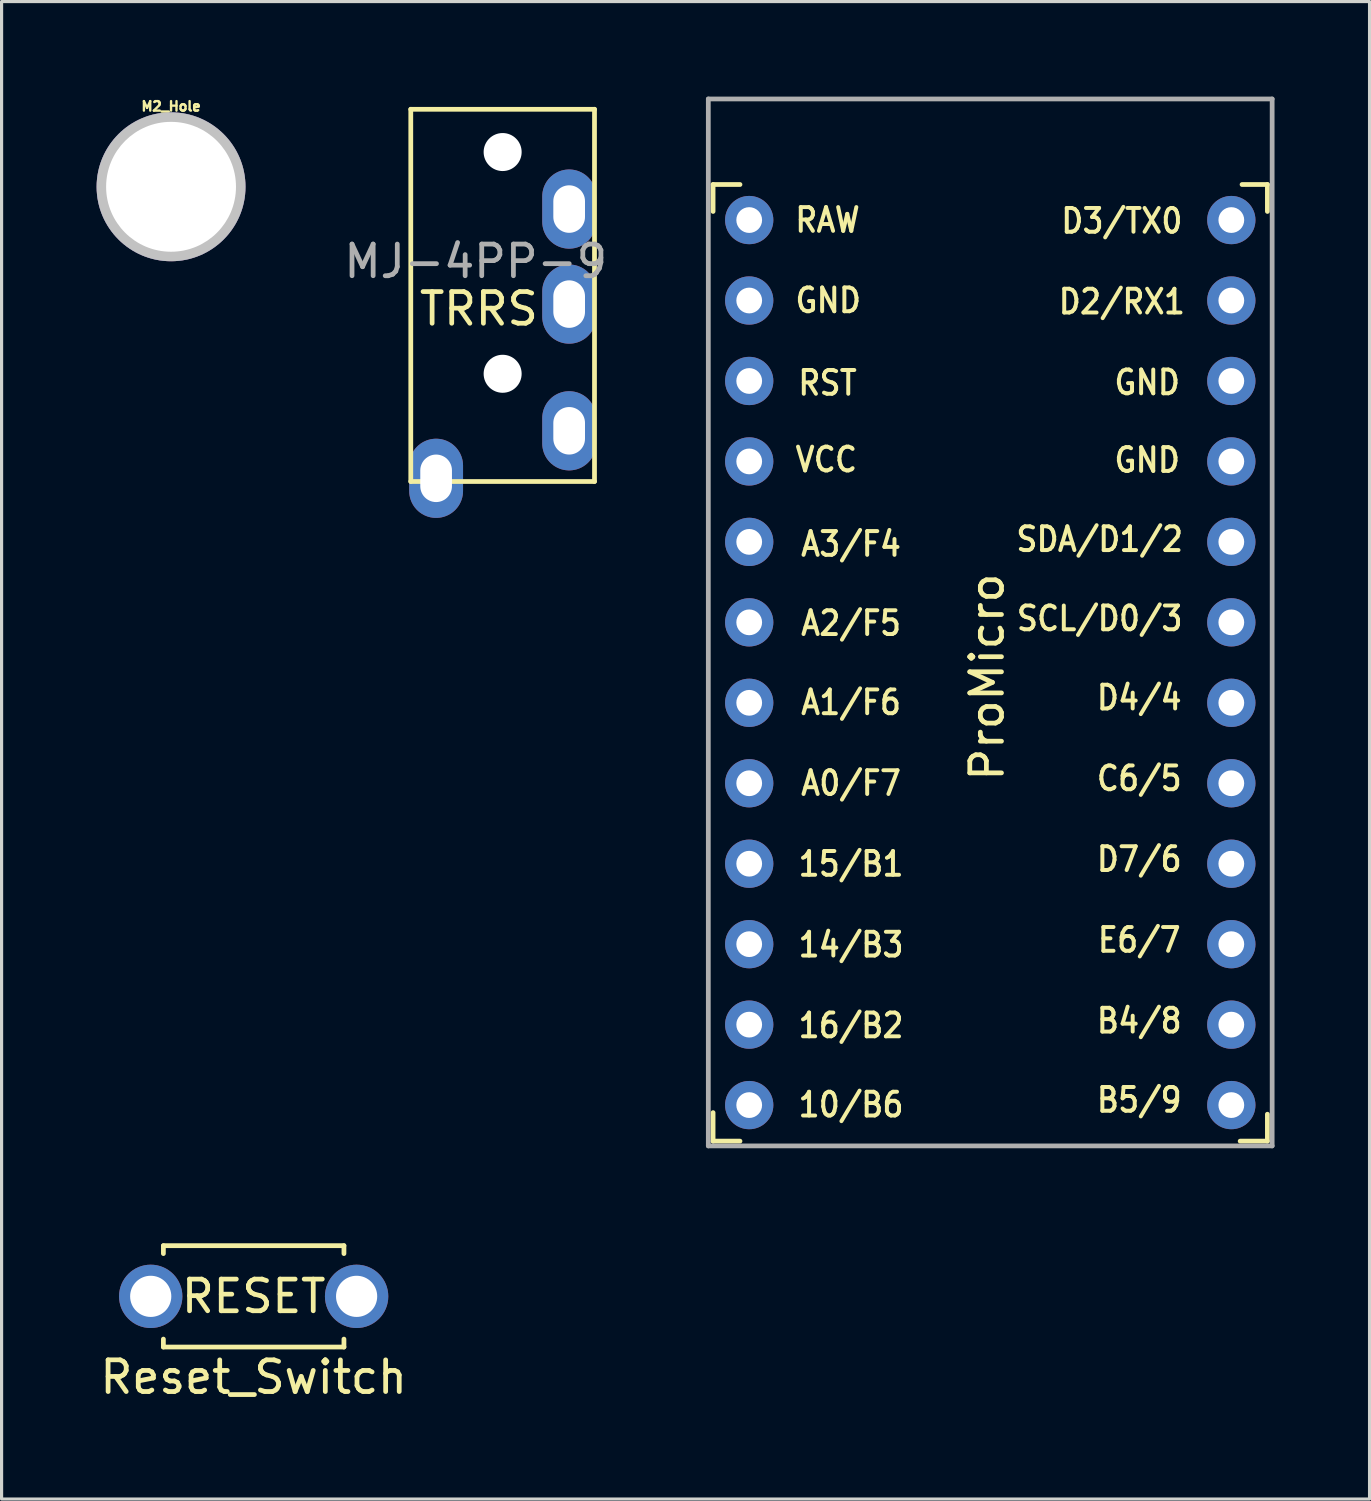
<source format=kicad_pcb>
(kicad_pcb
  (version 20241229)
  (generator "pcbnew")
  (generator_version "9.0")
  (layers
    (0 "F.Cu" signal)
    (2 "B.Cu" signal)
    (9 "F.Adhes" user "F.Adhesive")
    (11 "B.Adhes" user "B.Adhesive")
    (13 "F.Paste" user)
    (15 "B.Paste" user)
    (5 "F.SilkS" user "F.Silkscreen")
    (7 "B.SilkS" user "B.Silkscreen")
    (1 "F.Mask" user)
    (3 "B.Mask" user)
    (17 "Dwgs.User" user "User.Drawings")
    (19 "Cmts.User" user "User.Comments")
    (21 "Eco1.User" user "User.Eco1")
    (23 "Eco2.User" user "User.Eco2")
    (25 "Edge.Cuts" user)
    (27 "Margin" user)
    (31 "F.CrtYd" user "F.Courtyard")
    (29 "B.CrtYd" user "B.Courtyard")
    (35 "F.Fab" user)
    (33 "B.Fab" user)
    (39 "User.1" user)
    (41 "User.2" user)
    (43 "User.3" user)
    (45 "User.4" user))
  (footprint "MJ-4PP-9"
    (layer "F.Cu")
    (at 12.818 0.25)
    (property "Reference" "MJ-4PP-9" (at -0.85 4.95 0) (layer "F.Fab") (effects (font (size 1 1) (thickness 0.15))))
    (attr through_hole)
    (fp_line (start -2.9 0.15) (end 2.9 0.15) (stroke (width 0.15) (type solid)) (layer "F.SilkS"))
    (fp_line (start -2.9 11.9) (end -2.9 0.15) (stroke (width 0.15) (type solid)) (layer "F.SilkS"))
    (fp_line (start 2.9 0.15) (end 2.9 11.9) (stroke (width 0.15) (type solid)) (layer "F.SilkS"))
    (fp_line (start 2.9 11.9) (end -2.9 11.9) (stroke (width 0.15) (type solid)) (layer "F.SilkS"))
    (fp_text user "TRRS" (at -0.75 6.45 0) (layer "F.SilkS") (effects (font (size 1 1) (thickness 0.15))))
    (pad "" np_thru_hole circle (at 0 1.5) (size 1.2 1.2) (drill 1.2) (layers "*.Cu" "*.Mask"))
    (pad "" np_thru_hole circle (at 0 8.5) (size 1.2 1.2) (drill 1.2) (layers "*.Cu" "*.Mask"))
    (pad "1" thru_hole oval (at 2.1 10.3) (size 1.7 2.5) (drill oval 1 1.5) (layers "*.Cu" "B.Mask"))
    (pad "2" thru_hole oval (at 2.1 6.3) (size 1.7 2.5) (drill oval 1 1.5) (layers "*.Cu" "B.Mask"))
    (pad "3" thru_hole oval (at 2.1 3.3) (size 1.7 2.5) (drill oval 1 1.5) (layers "*.Cu" "B.Mask"))
    (pad "4" thru_hole oval (at -2.1 11.8) (size 1.7 2.5) (drill oval 1 1.5) (layers "*.Cu" "B.Mask")))
  (footprint "ProMicro"
    (layer "F.Cu")
    (at 28.211 18.375)
    (property "Reference" "ProMicro" (at -0.1 -0.05 270) (layer "F.SilkS") (effects (font (size 1 1) (thickness 0.15))))
    (attr through_hole)
    (fp_line (start -8.75 -15.6) (end -8.75 -14.75) (stroke (width 0.15) (type solid)) (layer "F.SilkS"))
    (fp_line (start -8.75 -15.6) (end -7.9 -15.6) (stroke (width 0.15) (type solid)) (layer "F.SilkS"))
    (fp_line (start -8.75 13.7) (end -8.75 14.6) (stroke (width 0.15) (type solid)) (layer "F.SilkS"))
    (fp_line (start -8.75 14.6) (end -7.9 14.6) (stroke (width 0.15) (type solid)) (layer "F.SilkS"))
    (fp_line (start 8.75 -15.6) (end 7.95 -15.6) (stroke (width 0.15) (type solid)) (layer "F.SilkS"))
    (fp_line (start 8.75 -15.6) (end 8.75 -14.75) (stroke (width 0.15) (type solid)) (layer "F.SilkS"))
    (fp_line (start 8.75 13.75) (end 8.75 14.6) (stroke (width 0.15) (type solid)) (layer "F.SilkS"))
    (fp_line (start 8.75 14.6) (end 7.89 14.6) (stroke (width 0.15) (type solid)) (layer "F.SilkS"))
    (fp_line (start -8.9 -18.3) (end 8.9 -18.3) (stroke (width 0.15) (type solid)) (layer "F.Fab"))
    (fp_line (start -8.9 14.75) (end -8.9 -18.3) (stroke (width 0.15) (type solid)) (layer "F.Fab"))
    (fp_line (start 8.9 -18.3) (end 8.9 14.75) (stroke (width 0.15) (type solid)) (layer "F.Fab"))
    (fp_line (start 8.9 14.75) (end -8.9 14.75) (stroke (width 0.15) (type solid)) (layer "F.Fab"))
    (fp_text user "E6/7" (at 4.705 8.25 0) (unlocked yes) (layer "F.SilkS") (effects (font (size 0.75 0.67) (thickness 0.125))))
    (fp_text user "SCL/D0/3" (at 3.455 -1.9 0) (unlocked yes) (layer "F.SilkS") (effects (font (size 0.75 0.67) (thickness 0.125))))
    (fp_text user "B5/9" (at 4.705 13.3 0) (unlocked yes) (layer "F.SilkS") (effects (font (size 0.75 0.67) (thickness 0.125))))
    (fp_text user "A2/F5" (at -4.395 -1.75 0) (unlocked yes) (layer "F.SilkS") (effects (font (size 0.75 0.67) (thickness 0.125))))
    (fp_text user "VCC" (at -5.175 -6.915 0) (unlocked yes) (layer "F.SilkS") (effects (font (size 0.75 0.67) (thickness 0.125))))
    (fp_text user "RST" (at -5.136 -9.335 0) (unlocked yes) (layer "F.SilkS") (effects (font (size 0.75 0.67) (thickness 0.125))))
    (fp_text user "A0/F7" (at -4.395 3.3 0) (unlocked yes) (layer "F.SilkS") (effects (font (size 0.75 0.67) (thickness 0.125))))
    (fp_text user "16/B2" (at -4.395 10.95 0) (unlocked yes) (layer "F.SilkS") (effects (font (size 0.75 0.67) (thickness 0.125))))
    (fp_text user "RAW" (at -5.136 -14.478 0) (unlocked yes) (layer "F.SilkS") (effects (font (size 0.75 0.67) (thickness 0.125))))
    (fp_text user "GND" (at -5.115 -11.94 0) (layer "F.SilkS") (effects (font (size 0.75 0.67) (thickness 0.125))))
    (fp_text user "A3/F4" (at -4.395 -4.25 0) (unlocked yes) (layer "F.SilkS") (effects (font (size 0.75 0.67) (thickness 0.125))))
    (fp_text user "D3/TX0" (at 4.155 -14.45 0) (unlocked yes) (layer "F.SilkS") (effects (font (size 0.75 0.67) (thickness 0.125))))
    (fp_text user "SDA/D1/2" (at 3.455 -4.4 0) (unlocked yes) (layer "F.SilkS") (effects (font (size 0.75 0.67) (thickness 0.125))))
    (fp_text user "GND" (at 4.955 -9.35 0) (unlocked yes) (layer "F.SilkS") (effects (font (size 0.75 0.67) (thickness 0.125))))
    (fp_text user "B4/8" (at 4.705 10.8 0) (unlocked yes) (layer "F.SilkS") (effects (font (size 0.75 0.67) (thickness 0.125))))
    (fp_text user "D2/RX1" (at 4.155 -11.9 0) (unlocked yes) (layer "F.SilkS") (effects (font (size 0.75 0.67) (thickness 0.125))))
    (fp_text user "C6/5" (at 4.705 3.15 0) (unlocked yes) (layer "F.SilkS") (effects (font (size 0.75 0.67) (thickness 0.125))))
    (fp_text user "14/B3" (at -4.395 8.4 0) (unlocked yes) (layer "F.SilkS") (effects (font (size 0.75 0.67) (thickness 0.125))))
    (fp_text user "15/B1" (at -4.395 5.85 0) (unlocked yes) (layer "F.SilkS") (effects (font (size 0.75 0.67) (thickness 0.125))))
    (fp_text user "10/B6" (at -4.395 13.45 0) (unlocked yes) (layer "F.SilkS") (effects (font (size 0.75 0.67) (thickness 0.125))))
    (fp_text user "A1/F6" (at -4.395 0.75 0) (unlocked yes) (layer "F.SilkS") (effects (font (size 0.75 0.67) (thickness 0.125))))
    (fp_text user "D7/6" (at 4.705 5.7 0) (unlocked yes) (layer "F.SilkS") (effects (font (size 0.75 0.67) (thickness 0.125))))
    (fp_text user "GND" (at 4.955 -6.9 0) (unlocked yes) (layer "F.SilkS") (effects (font (size 0.75 0.67) (thickness 0.125))))
    (fp_text user "D4/4" (at 4.705 0.6 0) (unlocked yes) (layer "F.SilkS") (effects (font (size 0.75 0.67) (thickness 0.125))))
    (pad "1" thru_hole circle (at 7.611 -14.478) (size 1.524 1.524) (drill 0.813) (layers "*.Cu" "*.Mask"))
    (pad "2" thru_hole circle (at 7.611 -11.938) (size 1.524 1.524) (drill 0.813) (layers "*.Cu" "*.Mask"))
    (pad "3" thru_hole circle (at 7.611 -9.398) (size 1.524 1.524) (drill 0.813) (layers "*.Cu" "*.Mask"))
    (pad "4" thru_hole circle (at 7.611 -6.858) (size 1.524 1.524) (drill 0.813) (layers "*.Cu" "*.Mask"))
    (pad "5" thru_hole circle (at 7.611 -4.318) (size 1.524 1.524) (drill 0.813) (layers "*.Cu" "*.Mask"))
    (pad "6" thru_hole circle (at 7.611 -1.778) (size 1.524 1.524) (drill 0.813) (layers "*.Cu" "*.Mask"))
    (pad "7" thru_hole circle (at 7.611 0.762) (size 1.524 1.524) (drill 0.813) (layers "*.Cu" "*.Mask"))
    (pad "8" thru_hole circle (at 7.611 3.302) (size 1.524 1.524) (drill 0.813) (layers "*.Cu" "*.Mask"))
    (pad "9" thru_hole circle (at 7.611 5.842) (size 1.524 1.524) (drill 0.813) (layers "*.Cu" "*.Mask"))
    (pad "10" thru_hole circle (at 7.611 8.382) (size 1.524 1.524) (drill 0.813) (layers "*.Cu" "*.Mask"))
    (pad "11" thru_hole circle (at 7.611 10.922) (size 1.524 1.524) (drill 0.813) (layers "*.Cu" "*.Mask"))
    (pad "12" thru_hole circle (at 7.611 13.462) (size 1.524 1.524) (drill 0.813) (layers "*.Cu" "*.Mask"))
    (pad "13" thru_hole circle (at -7.609 13.462) (size 1.524 1.524) (drill 0.813) (layers "*.Cu" "*.Mask"))
    (pad "14" thru_hole circle (at -7.609 10.922) (size 1.524 1.524) (drill 0.813) (layers "*.Cu" "*.Mask"))
    (pad "15" thru_hole circle (at -7.609 8.382) (size 1.524 1.524) (drill 0.813) (layers "*.Cu" "*.Mask"))
    (pad "16" thru_hole circle (at -7.609 5.842) (size 1.524 1.524) (drill 0.813) (layers "*.Cu" "*.Mask"))
    (pad "17" thru_hole circle (at -7.609 3.302) (size 1.524 1.524) (drill 0.813) (layers "*.Cu" "*.Mask"))
    (pad "18" thru_hole circle (at -7.609 0.762) (size 1.524 1.524) (drill 0.813) (layers "*.Cu" "*.Mask"))
    (pad "19" thru_hole circle (at -7.609 -1.778) (size 1.524 1.524) (drill 0.813) (layers "*.Cu" "*.Mask"))
    (pad "20" thru_hole circle (at -7.609 -4.318) (size 1.524 1.524) (drill 0.813) (layers "*.Cu" "*.Mask"))
    (pad "21" thru_hole circle (at -7.609 -6.858) (size 1.524 1.524) (drill 0.813) (layers "*.Cu" "*.Mask"))
    (pad "22" thru_hole circle (at -7.609 -9.398) (size 1.524 1.524) (drill 0.813) (layers "*.Cu" "*.Mask"))
    (pad "23" thru_hole circle (at -7.609 -11.938) (size 1.524 1.524) (drill 0.813) (layers "*.Cu" "*.Mask"))
    (pad "24" thru_hole circle (at -7.609 -14.478) (size 1.524 1.524) (drill 0.813) (layers "*.Cu" "*.Mask")))
  (footprint "Reset_Switch"
    (layer "F.Cu")
    (at 4.958 37.875)
    (property "Reference" "Reset_Switch" (at 0 2.55 0) (layer "F.SilkS") (effects (font (size 1 1) (thickness 0.15))))
    (attr through_hole)
    (fp_line (start -2.85 -1.6) (end -2.85 -1.35) (stroke (width 0.15) (type solid)) (layer "F.SilkS"))
    (fp_line (start -2.85 -1.6) (end 2.85 -1.6) (stroke (width 0.15) (type solid)) (layer "F.SilkS"))
    (fp_line (start -2.85 1.6) (end -2.85 1.35) (stroke (width 0.15) (type solid)) (layer "F.SilkS"))
    (fp_line (start -2.85 1.6) (end 2.85 1.6) (stroke (width 0.15) (type solid)) (layer "F.SilkS"))
    (fp_line (start 2.85 -1.6) (end 2.85 -1.35) (stroke (width 0.15) (type solid)) (layer "F.SilkS"))
    (fp_line (start 2.85 1.6) (end 2.85 1.35) (stroke (width 0.15) (type solid)) (layer "F.SilkS"))
    (fp_text user "RESET" (at 0 0 0) (layer "F.SilkS") (effects (font (size 1 1) (thickness 0.15))))
    (pad "1" thru_hole circle (at 3.25 0) (size 2 2) (drill 1.3) (layers "*.Cu" "*.Mask"))
    (pad "2" thru_hole circle (at -3.25 0) (size 2 2) (drill 1.3) (layers "*.Cu" "*.Mask")))
  (footprint "M2_Hole"
    (layer "F.Cu")
    (at 2.35 2.847)
    (property "Reference" "M2_Hole" (at 0 -2.54 0) (layer "F.SilkS") (effects (font (size 0.3 0.3) (thickness 0.076))))
    (attr through_hole)
    (pad "" thru_hole circle (at 0 0 90) (size 4.7 4.7) (drill 4.1) (layers "*.Cu" "*.Mask" "Dwgs.User")))
  (gr_rect
    (start -3 -3)
    (end 40.186 44.273)
    (stroke (width 0.1) (type default))
    (fill no)
    (layer "Edge.Cuts")))
</source>
